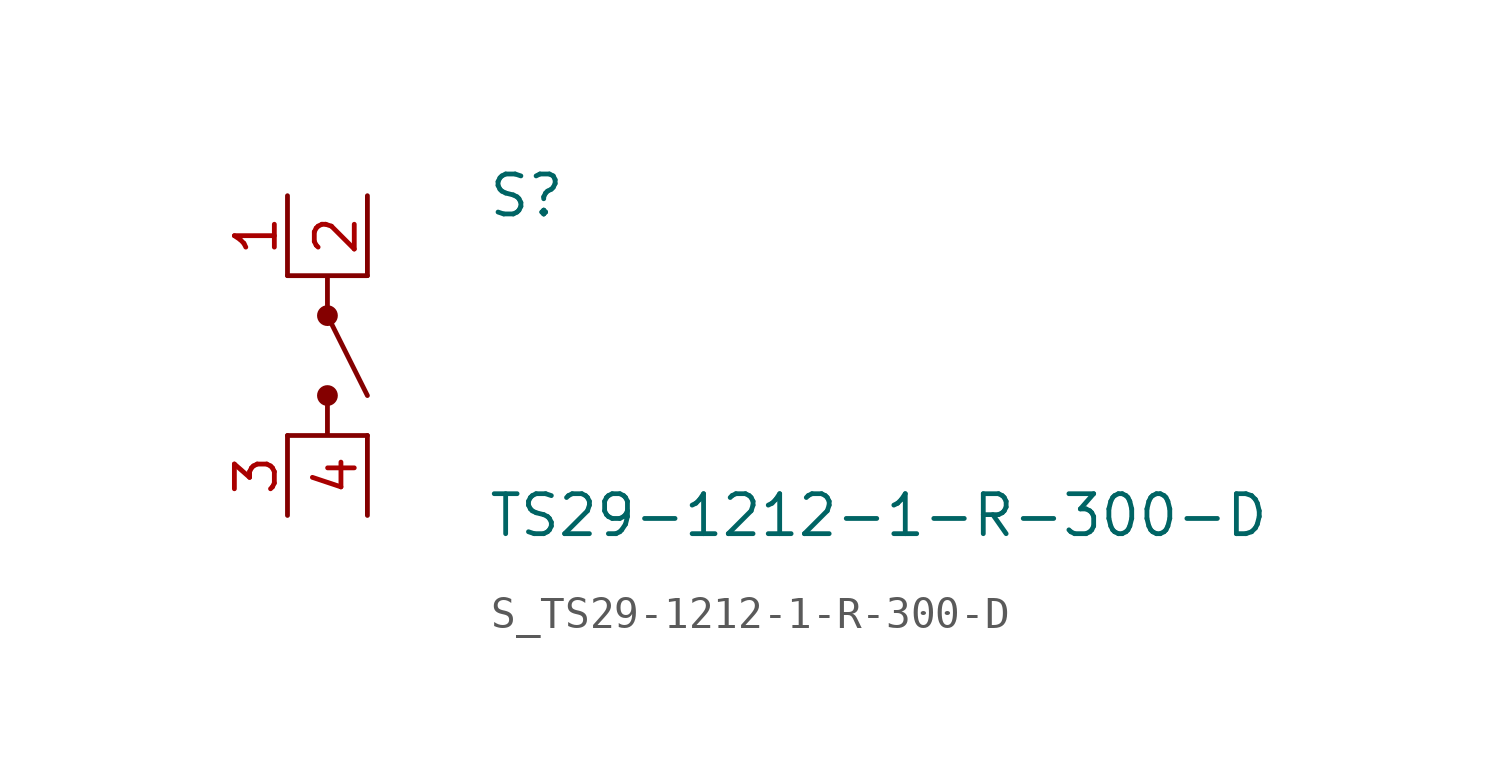
<source format=kicad_sym>
(kicad_symbol_lib
  (version 20231120)
  (generator kicad_symbol_editor)
  (generator_version 8.0)
  (symbol "S_TS29-1212-1-R-300-D"
    (pin_names
      (offset 0.254))
    (property "Reference" "S"
      (at 5.08 5.08 0)
      (effects (font (size 1.27 1.27)) (justify left)))
    (property "Value" "TS29-1212-1-R-300-D"
      (at 5.08 -5.08 0)
      (effects (font (size 1.27 1.27)) (justify left)))
    (symbol "S_TS29-1212-1-R-300-D_0_0"
      (pin unspecified line (at -1.27 5.08 270) (length 2.54) (name "" (effects (font (size 1.27 1.27)))) (number "1" (effects (font (size 1.27 1.27)))))
      (pin unspecified line (at 1.27 5.08 270) (length 2.54) (name "" (effects (font (size 1.27 1.27)))) (number "2" (effects (font (size 1.27 1.27)))))
      (pin unspecified line (at -1.27 -5.08 90) (length 2.54) (name "" (effects (font (size 1.27 1.27)))) (number "3" (effects (font (size 1.27 1.27)))))
      (pin unspecified line (at 1.27 -5.08 90) (length 2.54) (name "" (effects (font (size 1.27 1.27)))) (number "4" (effects (font (size 1.27 1.27)))))
      (circle (center 0 1.27) (radius 0.254) (stroke (width 0) (type solid)) (fill (type outline)))
      (circle (center 0 -1.27) (radius 0.254) (stroke (width 0) (type solid)) (fill (type outline)))
      (polyline (pts (xy 1.27 2.54) (xy -1.27 2.54) (xy 0 2.54) (xy 0 1.27) (xy 1.27 -1.27)) (stroke (width 0) (type default)) (fill (type none)))
      (polyline (pts (xy 1.27 -2.54) (xy -1.27 -2.54) (xy 0 -2.54) (xy 0 -1.27)) (stroke (width 0) (type default)) (fill (type none))))
    (symbol "S_TS29-1212-1-R-300-D_1_0")))
</source>
